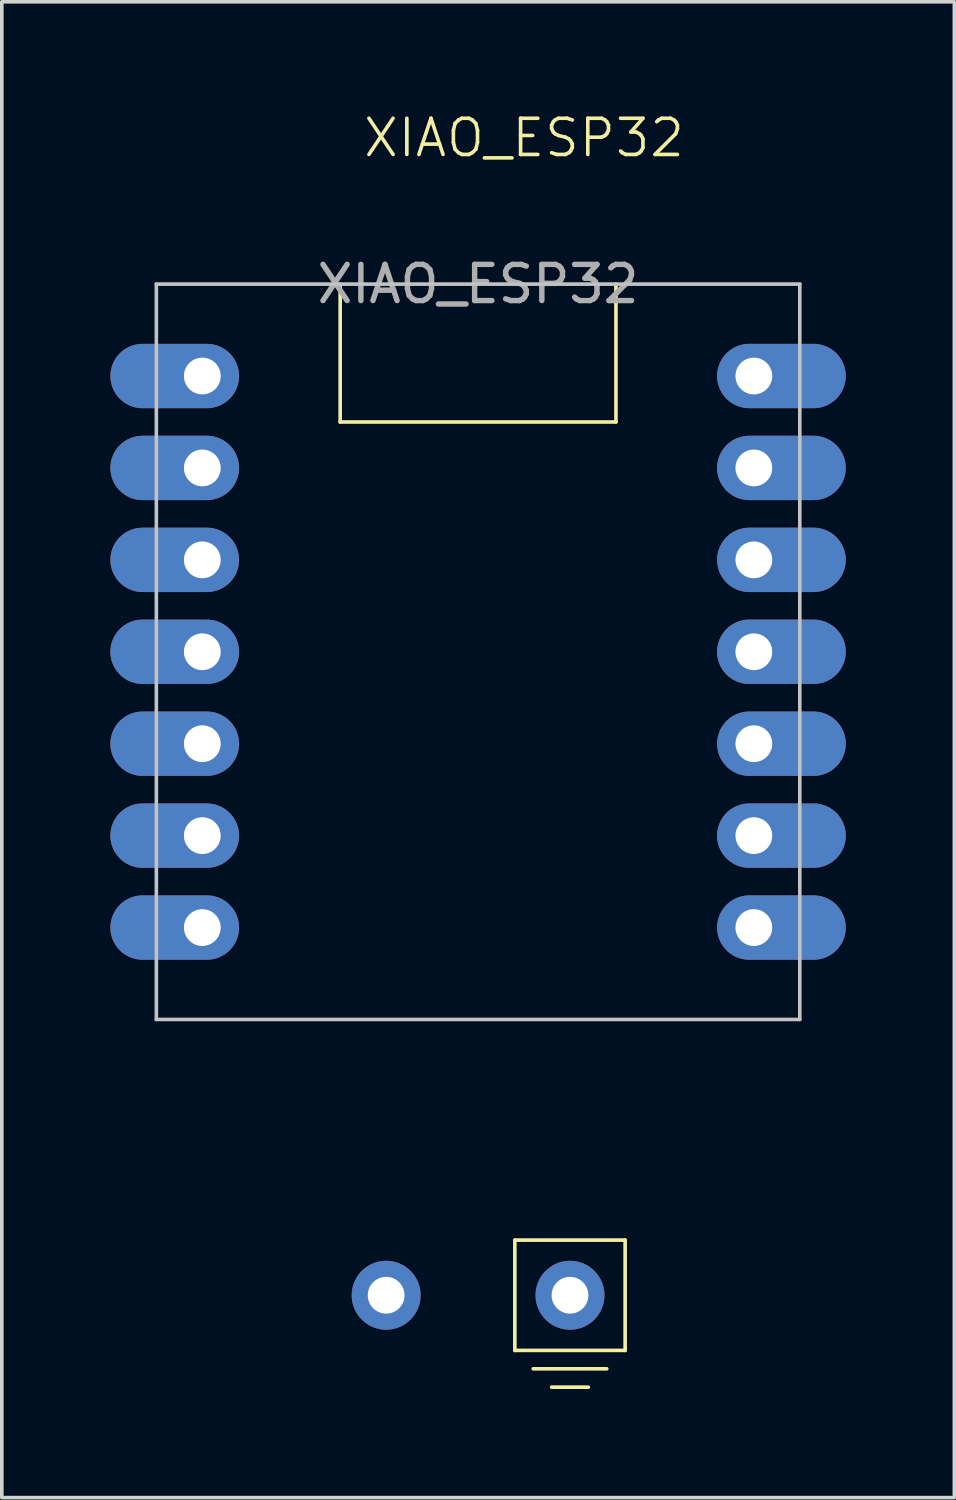
<source format=kicad_pcb>
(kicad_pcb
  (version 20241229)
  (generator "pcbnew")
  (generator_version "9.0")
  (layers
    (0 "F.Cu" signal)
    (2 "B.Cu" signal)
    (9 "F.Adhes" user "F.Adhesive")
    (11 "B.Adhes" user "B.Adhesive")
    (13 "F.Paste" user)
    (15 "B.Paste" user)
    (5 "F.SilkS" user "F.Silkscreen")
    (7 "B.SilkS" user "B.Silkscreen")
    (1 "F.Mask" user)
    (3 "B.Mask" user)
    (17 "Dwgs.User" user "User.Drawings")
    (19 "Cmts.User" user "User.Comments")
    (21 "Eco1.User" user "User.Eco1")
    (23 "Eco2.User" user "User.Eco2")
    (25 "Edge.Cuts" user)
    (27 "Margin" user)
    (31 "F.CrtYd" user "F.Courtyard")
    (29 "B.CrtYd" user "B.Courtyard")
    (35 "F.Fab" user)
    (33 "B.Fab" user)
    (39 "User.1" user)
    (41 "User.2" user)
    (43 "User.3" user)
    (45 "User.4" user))
  (footprint "XIAO_ESP32"
    (layer "F.Cu")
    (at 10.16 14.96)
    (property "Reference" "XIAO_ESP32" (at 1.27 -14.2 0) (unlocked yes) (layer "F.SilkS") (effects (font (size 1 1) (thickness 0.1))))
    (attr through_hole)
    (fp_line (start -3.81 -10.16) (end -3.81 -6.35) (stroke (width 0.1) (type default)) (layer "F.SilkS"))
    (fp_line (start -3.81 -6.35) (end 3.81 -6.35) (stroke (width 0.1) (type default)) (layer "F.SilkS"))
    (fp_line (start 1.016 16.256) (end 4.064 16.256) (stroke (width 0.1) (type default)) (layer "F.SilkS"))
    (fp_line (start 1.016 19.304) (end 1.016 16.256) (stroke (width 0.1) (type default)) (layer "F.SilkS"))
    (fp_line (start 1.524 19.812) (end 3.556 19.812) (stroke (width 0.1) (type default)) (layer "F.SilkS"))
    (fp_line (start 2.032 20.32) (end 3.048 20.32) (stroke (width 0.1) (type default)) (layer "F.SilkS"))
    (fp_line (start 3.81 -6.35) (end 3.81 -10.16) (stroke (width 0.1) (type default)) (layer "F.SilkS"))
    (fp_line (start 4.064 16.256) (end 4.064 19.304) (stroke (width 0.1) (type default)) (layer "F.SilkS"))
    (fp_line (start 4.064 19.304) (end 1.016 19.304) (stroke (width 0.1) (type default)) (layer "F.SilkS"))
    (fp_line (start -8.89 -10.16) (end -8.89 10.16) (stroke (width 0.1) (type default)) (layer "Dwgs.User"))
    (fp_line (start -8.89 10.16) (end 8.89 10.16) (stroke (width 0.1) (type default)) (layer "Dwgs.User"))
    (fp_line (start 8.89 -10.16) (end -8.89 -10.16) (stroke (width 0.1) (type default)) (layer "Dwgs.User"))
    (fp_line (start 8.89 10.16) (end 8.89 -10.16) (stroke (width 0.1) (type default)) (layer "Dwgs.User"))
    (fp_text user "${REFERENCE}" (at 0 -10.16 0) (unlocked yes) (layer "F.Fab") (effects (font (size 1 1) (thickness 0.15))))
    (pad "1" thru_hole oval (at -7.62 -7.62) (size 3.556 1.778) (drill 1.016 (offset -0.762 0)) (layers "*.Cu" "*.Mask"))
    (pad "2" thru_hole oval (at -7.62 -5.08) (size 3.556 1.778) (drill 1.016 (offset -0.762 0)) (layers "*.Cu" "*.Mask"))
    (pad "3" thru_hole oval (at -7.62 -2.54) (size 3.556 1.778) (drill 1.016 (offset -0.762 0)) (layers "*.Cu" "*.Mask"))
    (pad "4" thru_hole oval (at -7.62 0) (size 3.556 1.778) (drill 1.016 (offset -0.762 0)) (layers "*.Cu" "*.Mask"))
    (pad "5" thru_hole oval (at -7.62 2.54) (size 3.556 1.778) (drill 1.016 (offset -0.762 0)) (layers "*.Cu" "*.Mask"))
    (pad "6" thru_hole oval (at -7.62 5.08) (size 3.556 1.778) (drill 1.016 (offset -0.762 0)) (layers "*.Cu" "*.Mask"))
    (pad "7" thru_hole oval (at -7.62 7.62) (size 3.556 1.778) (drill 1.016 (offset -0.762 0)) (layers "*.Cu" "*.Mask"))
    (pad "8" thru_hole oval (at 7.62 7.62) (size 3.556 1.778) (drill 1.016 (offset 0.762 0)) (layers "*.Cu" "*.Mask"))
    (pad "9" thru_hole oval (at 7.62 5.08) (size 3.556 1.778) (drill 1.016 (offset 0.762 0)) (layers "*.Cu" "*.Mask"))
    (pad "10" thru_hole oval (at 7.62 2.54) (size 3.556 1.778) (drill 1.016 (offset 0.762 0)) (layers "*.Cu" "*.Mask"))
    (pad "11" thru_hole oval (at 7.62 0) (size 3.556 1.778) (drill 1.016 (offset 0.762 0)) (layers "*.Cu" "*.Mask"))
    (pad "12" thru_hole oval (at 7.62 -2.54) (size 3.556 1.778) (drill 1.016 (offset 0.762 0)) (layers "*.Cu" "*.Mask"))
    (pad "13" thru_hole oval (at 7.62 -5.08) (size 3.556 1.778) (drill 1.016 (offset 0.762 0)) (layers "*.Cu" "*.Mask"))
    (pad "14" thru_hole oval (at 7.62 -7.62) (size 3.556 1.778) (drill 1.016 (offset 0.762 0)) (layers "*.Cu" "*.Mask"))
    (pad "15" thru_hole circle (at -2.54 17.78) (size 1.905 1.905) (drill 1.016) (layers "*.Cu" "*.Mask"))
    (pad "16" thru_hole circle (at 2.54 17.78) (size 1.905 1.905) (drill 1.016) (layers "*.Cu" "*.Mask")))
  (gr_rect
    (start -3 -3)
    (end 23.32 38.331)
    (stroke (width 0.1) (type default))
    (fill no)
    (layer "Edge.Cuts")))
</source>
